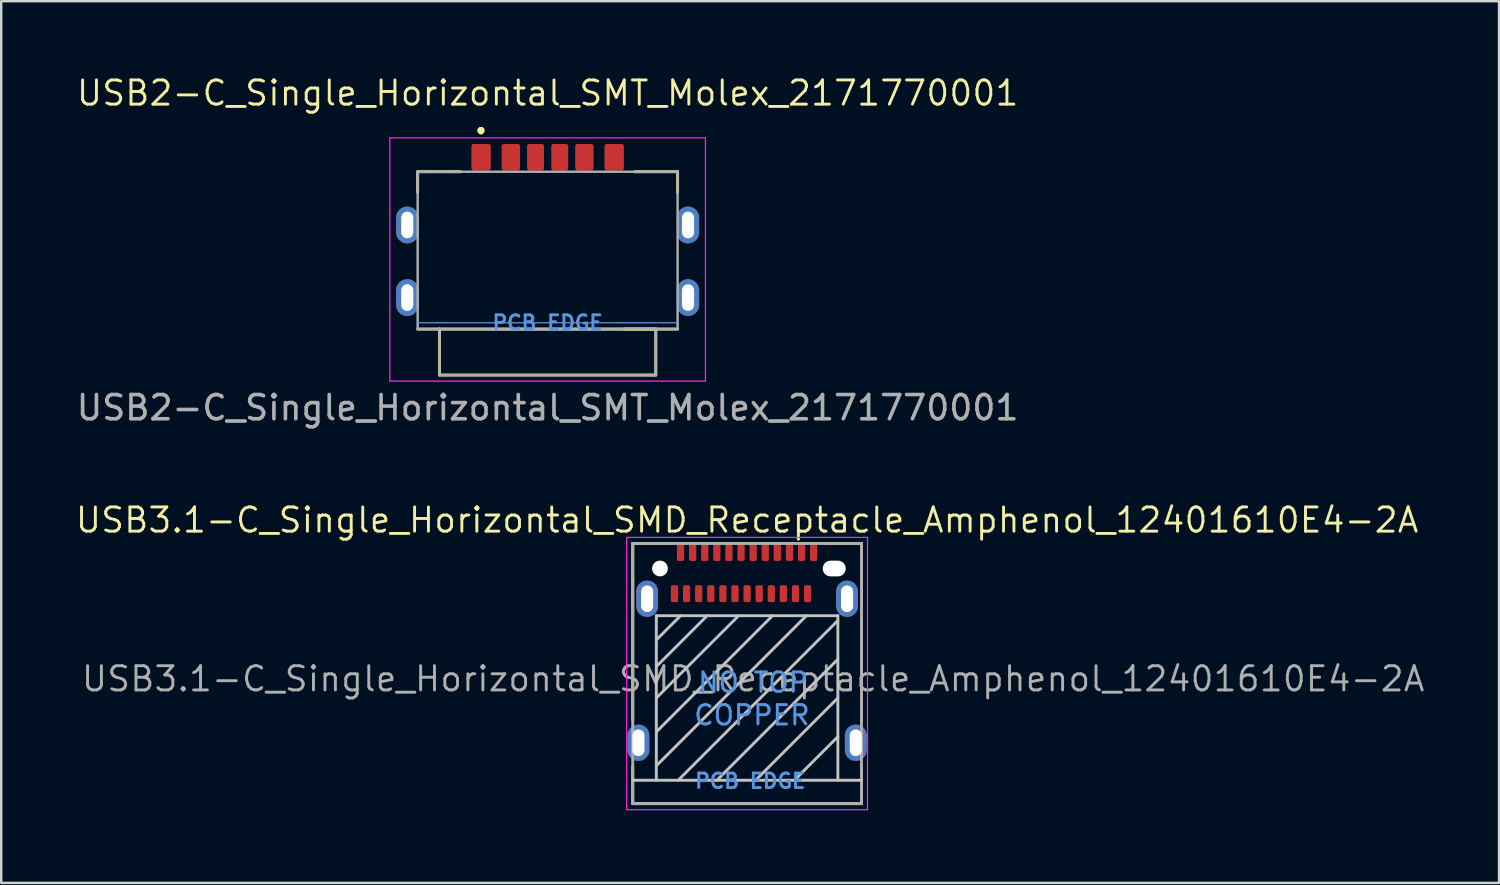
<source format=kicad_pcb>
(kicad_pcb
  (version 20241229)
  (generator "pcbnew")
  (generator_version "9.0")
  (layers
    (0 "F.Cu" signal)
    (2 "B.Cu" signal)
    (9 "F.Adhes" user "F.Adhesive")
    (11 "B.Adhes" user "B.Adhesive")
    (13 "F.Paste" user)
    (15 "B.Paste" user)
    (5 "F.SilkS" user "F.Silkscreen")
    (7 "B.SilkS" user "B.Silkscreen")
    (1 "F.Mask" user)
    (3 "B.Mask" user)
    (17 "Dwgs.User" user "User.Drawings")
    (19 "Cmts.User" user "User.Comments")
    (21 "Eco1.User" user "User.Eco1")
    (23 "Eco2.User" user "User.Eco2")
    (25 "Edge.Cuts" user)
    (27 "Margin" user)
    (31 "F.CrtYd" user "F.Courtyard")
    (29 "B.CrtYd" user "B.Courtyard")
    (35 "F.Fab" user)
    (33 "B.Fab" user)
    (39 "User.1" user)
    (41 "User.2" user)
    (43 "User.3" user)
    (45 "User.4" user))
  (footprint "USB2-C_Single_Horizontal_SMT_Molex_2171770001"
    (layer "F.Cu")
    (at 19.577 7.296)
    (property "Reference" "USB2-C_Single_Horizontal_SMT_Molex_2171770001" (at 0 -6.5 0) (layer "F.SilkS") (effects (font (size 1 1) (thickness 0.12))))
    (attr through_hole)
    (fp_line (start -5.37 -3.25) (end -5.37 -2.4) (stroke (width 0.12) (type solid)) (layer "F.SilkS"))
    (fp_line (start -5.37 3.25) (end -4.47 3.25) (stroke (width 0.12) (type solid)) (layer "F.SilkS"))
    (fp_line (start -4.47 3.25) (end 4.47 3.25) (stroke (width 0.12) (type solid)) (layer "F.SilkS"))
    (fp_line (start -4.47 5.15) (end -4.47 3.25) (stroke (width 0.12) (type solid)) (layer "F.SilkS"))
    (fp_line (start -3.6 -3.25) (end -5.37 -3.25) (stroke (width 0.12) (type solid)) (layer "F.SilkS"))
    (fp_line (start -2.75 -5) (end -2.75 -5) (stroke (width 0.2) (type solid)) (layer "F.SilkS"))
    (fp_line (start -2.75 -5) (end -2.75 -5) (stroke (width 0.2) (type solid)) (layer "F.SilkS"))
    (fp_line (start -2.75 -4.9) (end -2.75 -4.9) (stroke (width 0.2) (type solid)) (layer "F.SilkS"))
    (fp_line (start 3.6 -3.25) (end 5.37 -3.25) (stroke (width 0.12) (type solid)) (layer "F.SilkS"))
    (fp_line (start 4.47 3.25) (end 4.47 5.15) (stroke (width 0.12) (type solid)) (layer "F.SilkS"))
    (fp_line (start 4.47 5.15) (end -4.47 5.15) (stroke (width 0.12) (type solid)) (layer "F.SilkS"))
    (fp_line (start 5.37 -3.25) (end 5.37 -2.4) (stroke (width 0.12) (type solid)) (layer "F.SilkS"))
    (fp_line (start 5.37 3.25) (end 3.15 3.25) (stroke (width 0.12) (type solid)) (layer "F.SilkS"))
    (fp_arc (start -2.75 -5) (mid -2.7 -4.95) (end -2.75 -4.9) (stroke (width 0.2) (type solid)) (layer "F.SilkS"))
    (fp_arc (start -2.75 -4.9) (mid -2.8 -4.95) (end -2.75 -5) (stroke (width 0.2) (type solid)) (layer "F.SilkS"))
    (fp_arc (start -2.75 -4.9) (mid -2.8 -4.95) (end -2.75 -5) (stroke (width 0.2) (type solid)) (layer "F.SilkS"))
    (fp_line (start -5.37 2.99) (end 5.36 2.99) (stroke (width 0.05) (type solid)) (layer "Cmts.User"))
    (fp_line (start -6.52 -4.65) (end 6.52 -4.65) (stroke (width 0.05) (type solid)) (layer "F.CrtYd"))
    (fp_line (start -6.52 5.4) (end -6.52 -4.65) (stroke (width 0.05) (type solid)) (layer "F.CrtYd"))
    (fp_line (start 6.52 -4.65) (end 6.52 5.4) (stroke (width 0.05) (type solid)) (layer "F.CrtYd"))
    (fp_line (start 6.52 5.4) (end -6.52 5.4) (stroke (width 0.05) (type solid)) (layer "F.CrtYd"))
    (fp_line (start -5.37 -3.25) (end -5.37 3.25) (stroke (width 0.1) (type solid)) (layer "F.Fab"))
    (fp_line (start -5.37 3.25) (end 5.37 3.25) (stroke (width 0.1) (type solid)) (layer "F.Fab"))
    (fp_line (start -4.47 3.25) (end 4.47 3.25) (stroke (width 0.1) (type solid)) (layer "F.Fab"))
    (fp_line (start -4.47 5.15) (end -4.47 3.25) (stroke (width 0.1) (type solid)) (layer "F.Fab"))
    (fp_line (start 4.47 3.25) (end 4.47 5.15) (stroke (width 0.1) (type solid)) (layer "F.Fab"))
    (fp_line (start 4.47 5.15) (end -4.47 5.15) (stroke (width 0.1) (type solid)) (layer "F.Fab"))
    (fp_line (start 5.37 -3.25) (end -5.37 -3.25) (stroke (width 0.1) (type solid)) (layer "F.Fab"))
    (fp_line (start 5.37 3.25) (end 5.37 -3.25) (stroke (width 0.1) (type solid)) (layer "F.Fab"))
    (fp_text user "PCB EDGE" (at 0 2.99 0) (layer "Cmts.User") (effects (font (size 0.6 0.6) (thickness 0.12))))
    (fp_text user "${REFERENCE}" (at 0 6.5 0) (layer "F.Fab") (effects (font (size 1 1) (thickness 0.15))))
    (pad "C1" smd roundrect (at -2.75 -3.85) (size 0.8 1.1) (layers "F.Cu" "F.Mask" "F.Paste") (roundrect_rratio 0.125))
    (pad "C2" smd roundrect (at -1.52 -3.85) (size 0.76 1.1) (layers "F.Cu" "F.Mask" "F.Paste") (roundrect_rratio 0.132))
    (pad "C3" smd roundrect (at -0.5 -3.85) (size 0.7 1.1) (layers "F.Cu" "F.Mask" "F.Paste") (roundrect_rratio 0.143))
    (pad "C4" smd roundrect (at 0.5 -3.85) (size 0.7 1.1) (layers "F.Cu" "F.Mask" "F.Paste") (roundrect_rratio 0.143))
    (pad "C5" smd roundrect (at 1.52 -3.85) (size 0.76 1.1) (layers "F.Cu" "F.Mask" "F.Paste") (roundrect_rratio 0.132))
    (pad "C6" smd roundrect (at 2.75 -3.85) (size 0.8 1.1) (layers "F.Cu" "F.Mask" "F.Paste") (roundrect_rratio 0.125))
    (pad "MH1" thru_hole oval (at -5.8 -1.05) (size 0.92 1.52) (drill oval 0.5 1.1) (layers "*.Cu" "*.Mask"))
    (pad "MH2" thru_hole oval (at -5.8 1.95) (size 0.92 1.52) (drill oval 0.5 1.1) (layers "*.Cu" "*.Mask"))
    (pad "MH3" thru_hole oval (at 5.8 1.95) (size 0.92 1.52) (drill oval 0.5 1.1) (layers "*.Cu" "*.Mask"))
    (pad "MH4" thru_hole oval (at 5.8 -1.05) (size 0.92 1.52) (drill oval 0.5 1.1) (layers "*.Cu" "*.Mask")))
  (footprint "USB3.1-C_Single_Horizontal_SMD_Receptacle_Amphenol_12401610E4-2A"
    (layer "F.Cu")
    (at 27.818 24.799)
    (property "Reference" "USB3.1-C_Single_Horizontal_SMD_Receptacle_Amphenol_12401610E4-2A" (at 0 -6.36 0) (unlocked yes) (layer "F.SilkS") (effects (font (size 1 1) (thickness 0.12))))
    (attr smd)
    (fp_line (start -4.725 -5.395) (end -3.19 -5.395) (stroke (width 0.12) (type solid)) (layer "F.SilkS"))
    (fp_line (start -4.725 1.91) (end -4.725 -5.395) (stroke (width 0.12) (type solid)) (layer "F.SilkS"))
    (fp_line (start -4.725 5.355) (end -4.725 3.83) (stroke (width 0.12) (type solid)) (layer "F.SilkS"))
    (fp_line (start -4.725 5.355) (end 4.725 5.355) (stroke (width 0.12) (type solid)) (layer "F.SilkS"))
    (fp_line (start 3.185 -5.395) (end 4.725 -5.395) (stroke (width 0.12) (type solid)) (layer "F.SilkS"))
    (fp_line (start 4.725 1.935) (end 4.725 -5.395) (stroke (width 0.12) (type solid)) (layer "F.SilkS"))
    (fp_line (start 4.725 5.355) (end 4.725 3.82) (stroke (width 0.12) (type solid)) (layer "F.SilkS"))
    (fp_line (start -4.725 4.39) (end 4.725 4.39) (stroke (width 0.12) (type solid)) (layer "Dwgs.User"))
    (fp_line (start -3.75 -2.41) (end -3.75 4.39) (stroke (width 0.12) (type solid)) (layer "Dwgs.User"))
    (fp_line (start -3.75 -1.41) (end -2.75 -2.41) (stroke (width 0.12) (type solid)) (layer "Dwgs.User"))
    (fp_line (start -3.75 -0.31) (end -1.65 -2.41) (stroke (width 0.12) (type solid)) (layer "Dwgs.User"))
    (fp_line (start -3.75 0.99) (end -0.35 -2.41) (stroke (width 0.12) (type solid)) (layer "Dwgs.User"))
    (fp_line (start -3.75 3.79) (end 2.45 -2.41) (stroke (width 0.12) (type solid)) (layer "Dwgs.User"))
    (fp_line (start 0.35 4.39) (end 3.75 0.99) (stroke (width 0.12) (type solid)) (layer "Dwgs.User"))
    (fp_line (start 1.05 -2.41) (end -3.75 2.39) (stroke (width 0.12) (type solid)) (layer "Dwgs.User"))
    (fp_line (start 3.75 -2.41) (end -3.75 -2.41) (stroke (width 0.12) (type solid)) (layer "Dwgs.User"))
    (fp_line (start 3.75 -2.21) (end -2.85 4.39) (stroke (width 0.12) (type solid)) (layer "Dwgs.User"))
    (fp_line (start 3.75 -0.61) (end -1.25 4.39) (stroke (width 0.12) (type solid)) (layer "Dwgs.User"))
    (fp_line (start 3.75 2.59) (end 1.95 4.39) (stroke (width 0.12) (type solid)) (layer "Dwgs.User"))
    (fp_line (start 3.75 4.39) (end 3.75 -2.41) (stroke (width 0.12) (type solid)) (layer "Dwgs.User"))
    (fp_line (start -4.975 -5.645) (end -4.975 5.605) (stroke (width 0.05) (type solid)) (layer "F.CrtYd"))
    (fp_line (start -4.975 5.605) (end 4.975 5.605) (stroke (width 0.05) (type solid)) (layer "F.CrtYd"))
    (fp_line (start 4.975 -5.645) (end -4.975 -5.645) (stroke (width 0.05) (type solid)) (layer "F.CrtYd"))
    (fp_line (start 4.975 5.605) (end 4.975 -5.645) (stroke (width 0.05) (type solid)) (layer "F.CrtYd"))
    (fp_line (start -4.725 -5.395) (end 4.725 -5.395) (stroke (width 0.12) (type solid)) (layer "F.Fab"))
    (fp_line (start -4.725 5.355) (end -4.725 -5.395) (stroke (width 0.12) (type solid)) (layer "F.Fab"))
    (fp_line (start -4.725 5.355) (end 4.725 5.355) (stroke (width 0.12) (type solid)) (layer "F.Fab"))
    (fp_line (start 4.725 5.355) (end 4.725 -5.395) (stroke (width 0.12) (type solid)) (layer "F.Fab"))
    (fp_text user "PCB EDGE" (at 0.13 4.42 0) (layer "Cmts.User") (effects (font (size 0.6 0.6) (thickness 0.12))))
    (fp_text user "COPPER" (at 0.2 1.7 0) (layer "Cmts.User") (effects (font (size 0.8 0.8) (thickness 0.12))))
    (fp_text user "NO TOP" (at 0.25 0.35 0) (layer "Cmts.User") (effects (font (size 0.8 0.8) (thickness 0.12))))
    (fp_text user "${REFERENCE}" (at 0.25 0.2 0) (layer "F.Fab") (effects (font (size 1 1) (thickness 0.12))))
    (pad "" np_thru_hole circle (at -3.6 -4.36) (size 0.65 0.65) (drill 0.65) (layers "*.Cu" "*.Mask"))
    (pad "" np_thru_hole oval (at 3.6 -4.36) (size 0.95 0.65) (drill oval 0.95 0.65) (layers "*.Cu" "*.Mask"))
    (pad "A1" smd roundrect (at -2.75 -5.02) (size 0.3 0.7) (layers "F.Cu" "F.Mask" "F.Paste") (roundrect_rratio 0.25))
    (pad "A2" smd roundrect (at -2.25 -5.02) (size 0.3 0.7) (layers "F.Cu" "F.Mask" "F.Paste") (roundrect_rratio 0.25))
    (pad "A3" smd roundrect (at -1.75 -5.02) (size 0.3 0.7) (layers "F.Cu" "F.Mask" "F.Paste") (roundrect_rratio 0.25))
    (pad "A4" smd roundrect (at -1.25 -5.02) (size 0.3 0.7) (layers "F.Cu" "F.Mask" "F.Paste") (roundrect_rratio 0.25))
    (pad "A5" smd roundrect (at -0.75 -5.02) (size 0.3 0.7) (layers "F.Cu" "F.Mask" "F.Paste") (roundrect_rratio 0.25))
    (pad "A6" smd roundrect (at -0.25 -5.02) (size 0.3 0.7) (layers "F.Cu" "F.Mask" "F.Paste") (roundrect_rratio 0.25))
    (pad "A7" smd roundrect (at 0.25 -5.02) (size 0.3 0.7) (layers "F.Cu" "F.Mask" "F.Paste") (roundrect_rratio 0.25))
    (pad "A8" smd roundrect (at 0.75 -5.02) (size 0.3 0.7) (layers "F.Cu" "F.Mask" "F.Paste") (roundrect_rratio 0.25))
    (pad "A9" smd roundrect (at 1.25 -5.02) (size 0.3 0.7) (layers "F.Cu" "F.Mask" "F.Paste") (roundrect_rratio 0.25))
    (pad "A10" smd roundrect (at 1.75 -5.02) (size 0.3 0.7) (layers "F.Cu" "F.Mask" "F.Paste") (roundrect_rratio 0.25))
    (pad "A11" smd roundrect (at 2.25 -5.02) (size 0.3 0.7) (layers "F.Cu" "F.Mask" "F.Paste") (roundrect_rratio 0.25))
    (pad "A12" smd roundrect (at 2.75 -5.02) (size 0.3 0.7) (layers "F.Cu" "F.Mask" "F.Paste") (roundrect_rratio 0.25))
    (pad "B1" smd roundrect (at 2.5 -3.32) (size 0.3 0.7) (layers "F.Cu" "F.Mask" "F.Paste") (roundrect_rratio 0.25))
    (pad "B2" smd roundrect (at 2 -3.32) (size 0.3 0.7) (layers "F.Cu" "F.Mask" "F.Paste") (roundrect_rratio 0.25))
    (pad "B3" smd roundrect (at 1.5 -3.32) (size 0.3 0.7) (layers "F.Cu" "F.Mask" "F.Paste") (roundrect_rratio 0.25))
    (pad "B4" smd roundrect (at 1 -3.32) (size 0.3 0.7) (layers "F.Cu" "F.Mask" "F.Paste") (roundrect_rratio 0.25))
    (pad "B5" smd roundrect (at 0.5 -3.32) (size 0.3 0.7) (layers "F.Cu" "F.Mask" "F.Paste") (roundrect_rratio 0.25))
    (pad "B6" smd roundrect (at 0 -3.32) (size 0.3 0.7) (layers "F.Cu" "F.Mask" "F.Paste") (roundrect_rratio 0.25))
    (pad "B7" smd roundrect (at -0.5 -3.32) (size 0.3 0.7) (layers "F.Cu" "F.Mask" "F.Paste") (roundrect_rratio 0.25))
    (pad "B8" smd roundrect (at -1 -3.32) (size 0.3 0.7) (layers "F.Cu" "F.Mask" "F.Paste") (roundrect_rratio 0.25))
    (pad "B9" smd roundrect (at -1.5 -3.32) (size 0.3 0.7) (layers "F.Cu" "F.Mask" "F.Paste") (roundrect_rratio 0.25))
    (pad "B10" smd roundrect (at -2 -3.32) (size 0.3 0.7) (layers "F.Cu" "F.Mask" "F.Paste") (roundrect_rratio 0.25))
    (pad "B11" smd roundrect (at -2.5 -3.32) (size 0.3 0.7) (layers "F.Cu" "F.Mask" "F.Paste") (roundrect_rratio 0.25))
    (pad "B12" smd roundrect (at -3 -3.32) (size 0.3 0.7) (layers "F.Cu" "F.Mask" "F.Paste") (roundrect_rratio 0.25))
    (pad "S1" thru_hole oval (at -4.49 2.84) (size 0.9 1.5) (drill oval 0.5 1.1) (layers "*.Cu" "*.Mask"))
    (pad "S1" thru_hole oval (at -4.13 -3.11) (size 0.9 1.5) (drill oval 0.5 1.1) (layers "*.Cu" "*.Mask"))
    (pad "S1" thru_hole oval (at 4.13 -3.11) (size 0.9 1.5) (drill oval 0.5 1.1) (layers "*.Cu" "*.Mask"))
    (pad "S1" thru_hole oval (at 4.49 2.84) (size 0.9 1.5) (drill oval 0.5 1.1) (layers "*.Cu" "*.Mask")))
  (gr_rect
    (start -3 -3)
    (end 58.886 33.429)
    (stroke (width 0.1) (type default))
    (fill no)
    (layer "Edge.Cuts")))
</source>
